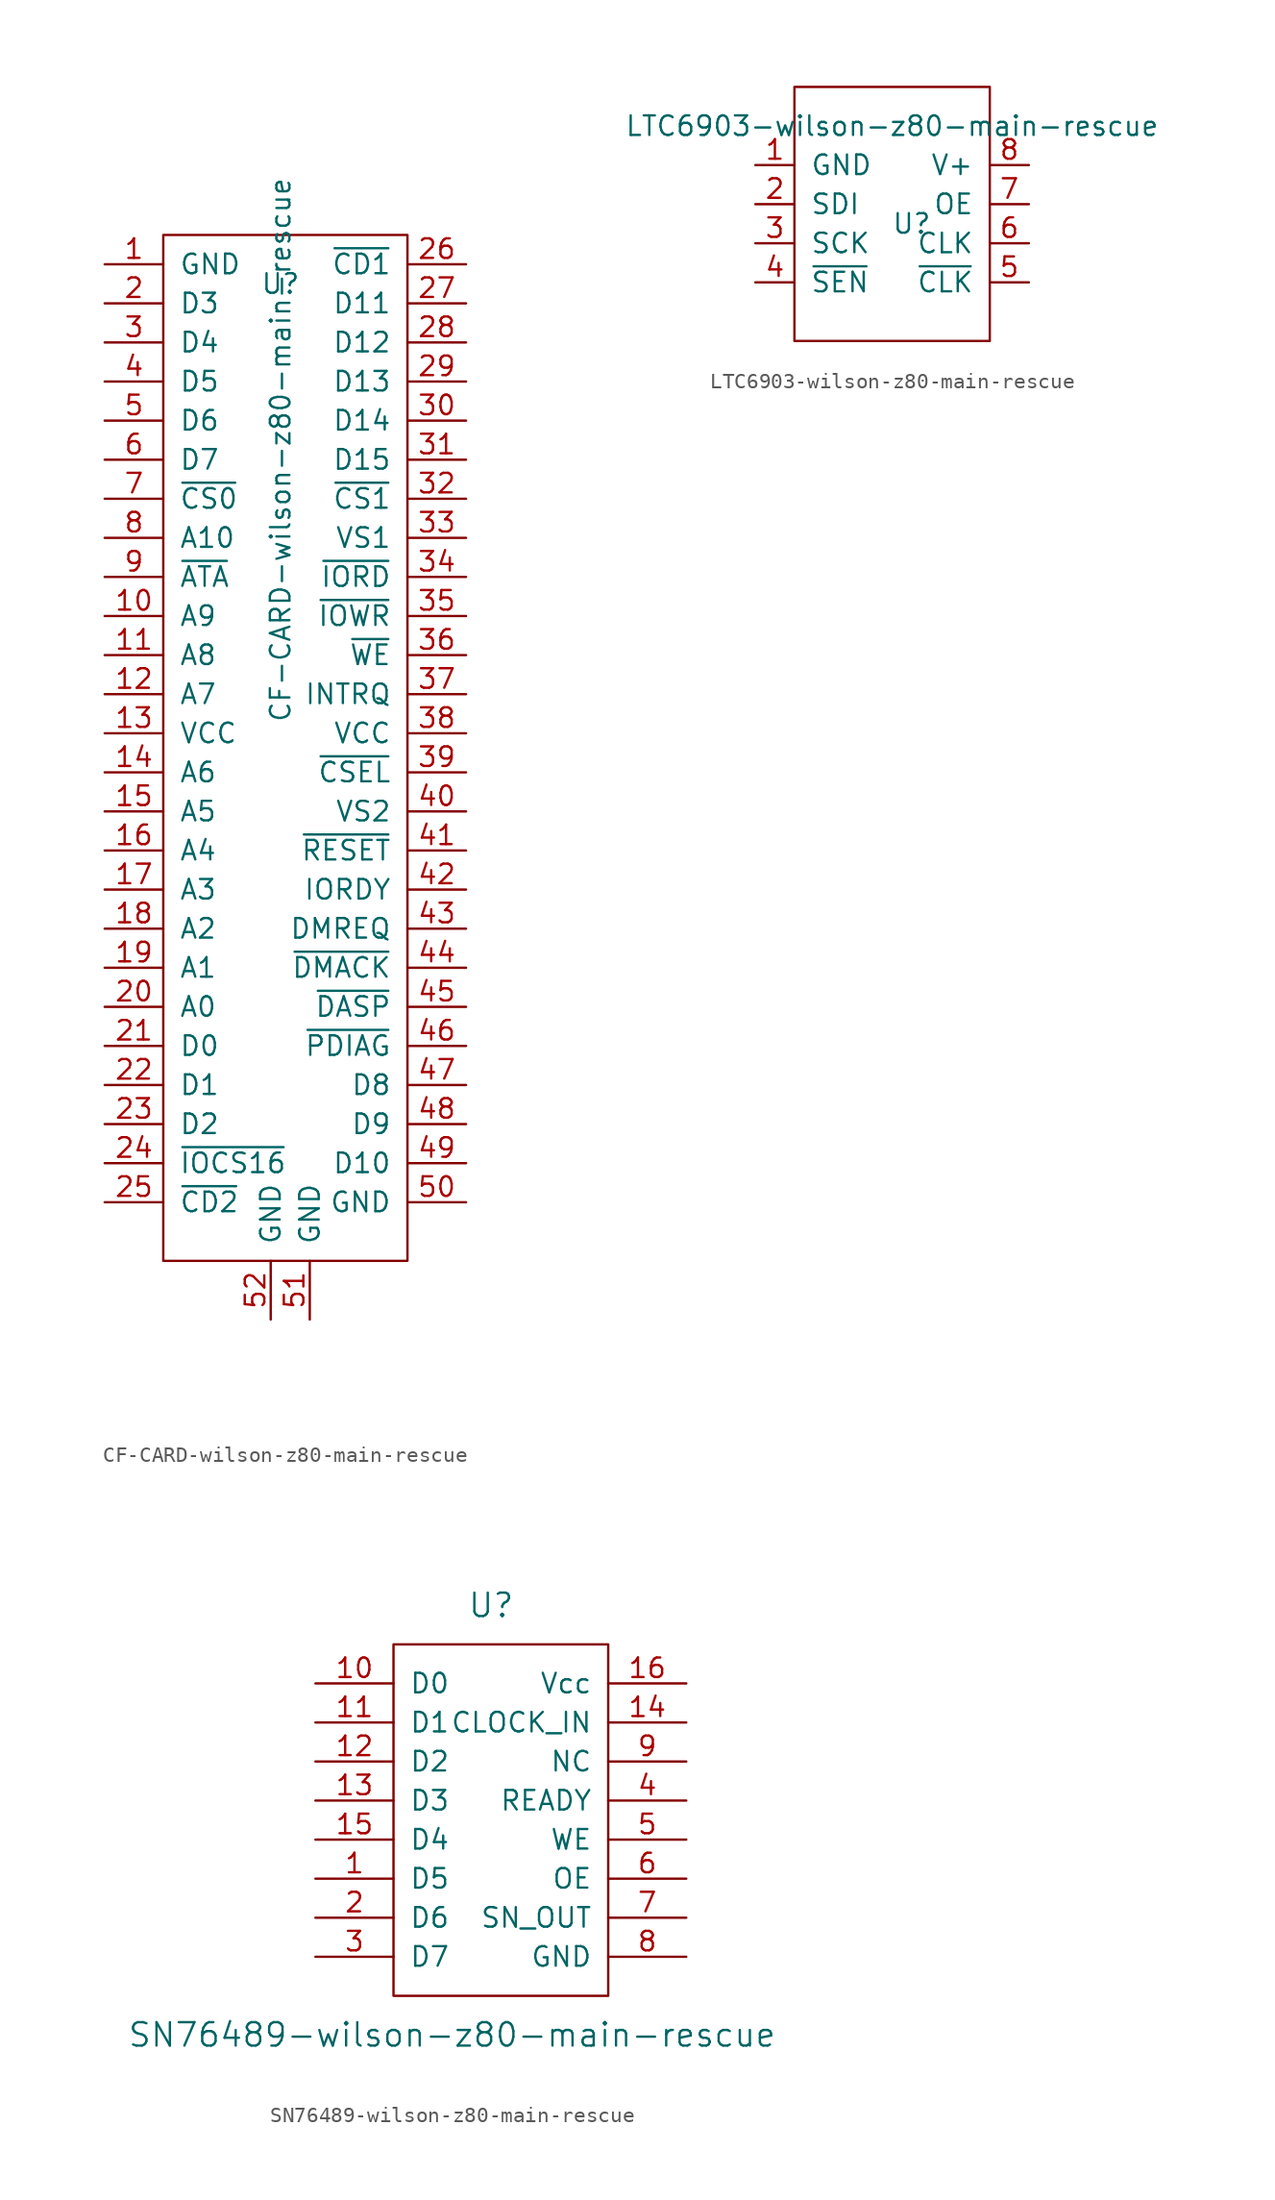
<source format=kicad_sym>
(kicad_symbol_lib
  (version 20220914)
  (generator kicad_symbol_editor)
  (symbol "CF-CARD-wilson-z80-main-rescue"
    (pin_names
      (offset 1.016))
    (property "Reference" "U"
      (at -0.635 27.94 0)
      (effects (font (size 1.27 1.27))))
    (property "Value" "CF-CARD-wilson-z80-main-rescue"
      (at -0.635 17.145 90)
      (effects (font (size 1.27 1.27))))
    (symbol "CF-CARD-wilson-z80-main-rescue_0_1"
      (rectangle (start -8.255 31.115) (end 7.62 -35.56) (stroke (width 0) (type solid)) (fill (type none))))
    (symbol "CF-CARD-wilson-z80-main-rescue_1_1"
      (pin passive line (at -12.065 29.21 0) (length 3.81) (name "GND" (effects (font (size 1.27 1.27)))) (number "1" (effects (font (size 1.27 1.27)))))
      (pin passive line (at -12.065 6.35 0) (length 3.81) (name "A9" (effects (font (size 1.27 1.27)))) (number "10" (effects (font (size 1.27 1.27)))))
      (pin passive line (at -12.065 3.81 0) (length 3.81) (name "A8" (effects (font (size 1.27 1.27)))) (number "11" (effects (font (size 1.27 1.27)))))
      (pin passive line (at -12.065 1.27 0) (length 3.81) (name "A7" (effects (font (size 1.27 1.27)))) (number "12" (effects (font (size 1.27 1.27)))))
      (pin passive line (at -12.065 -1.27 0) (length 3.81) (name "VCC" (effects (font (size 1.27 1.27)))) (number "13" (effects (font (size 1.27 1.27)))))
      (pin passive line (at -12.065 -3.81 0) (length 3.81) (name "A6" (effects (font (size 1.27 1.27)))) (number "14" (effects (font (size 1.27 1.27)))))
      (pin passive line (at -12.065 -6.35 0) (length 3.81) (name "A5" (effects (font (size 1.27 1.27)))) (number "15" (effects (font (size 1.27 1.27)))))
      (pin passive line (at -12.065 -8.89 0) (length 3.81) (name "A4" (effects (font (size 1.27 1.27)))) (number "16" (effects (font (size 1.27 1.27)))))
      (pin passive line (at -12.065 -11.43 0) (length 3.81) (name "A3" (effects (font (size 1.27 1.27)))) (number "17" (effects (font (size 1.27 1.27)))))
      (pin passive line (at -12.065 -13.97 0) (length 3.81) (name "A2" (effects (font (size 1.27 1.27)))) (number "18" (effects (font (size 1.27 1.27)))))
      (pin passive line (at -12.065 -16.51 0) (length 3.81) (name "A1" (effects (font (size 1.27 1.27)))) (number "19" (effects (font (size 1.27 1.27)))))
      (pin passive line (at -12.065 26.67 0) (length 3.81) (name "D3" (effects (font (size 1.27 1.27)))) (number "2" (effects (font (size 1.27 1.27)))))
      (pin passive line (at -12.065 -19.05 0) (length 3.81) (name "A0" (effects (font (size 1.27 1.27)))) (number "20" (effects (font (size 1.27 1.27)))))
      (pin passive line (at -12.065 -21.59 0) (length 3.81) (name "D0" (effects (font (size 1.27 1.27)))) (number "21" (effects (font (size 1.27 1.27)))))
      (pin passive line (at -12.065 -24.13 0) (length 3.81) (name "D1" (effects (font (size 1.27 1.27)))) (number "22" (effects (font (size 1.27 1.27)))))
      (pin passive line (at -12.065 -26.67 0) (length 3.81) (name "D2" (effects (font (size 1.27 1.27)))) (number "23" (effects (font (size 1.27 1.27)))))
      (pin passive line (at -12.065 -29.21 0) (length 3.81) (name "~{IOCS16}" (effects (font (size 1.27 1.27)))) (number "24" (effects (font (size 1.27 1.27)))))
      (pin passive line (at -12.065 -31.75 0) (length 3.81) (name "~{CD2}" (effects (font (size 1.27 1.27)))) (number "25" (effects (font (size 1.27 1.27)))))
      (pin passive line (at 11.43 29.21 180) (length 3.81) (name "~{CD1}" (effects (font (size 1.27 1.27)))) (number "26" (effects (font (size 1.27 1.27)))))
      (pin passive line (at 11.43 26.67 180) (length 3.81) (name "D11" (effects (font (size 1.27 1.27)))) (number "27" (effects (font (size 1.27 1.27)))))
      (pin passive line (at 11.43 24.13 180) (length 3.81) (name "D12" (effects (font (size 1.27 1.27)))) (number "28" (effects (font (size 1.27 1.27)))))
      (pin passive line (at 11.43 21.59 180) (length 3.81) (name "D13" (effects (font (size 1.27 1.27)))) (number "29" (effects (font (size 1.27 1.27)))))
      (pin passive line (at -12.065 24.13 0) (length 3.81) (name "D4" (effects (font (size 1.27 1.27)))) (number "3" (effects (font (size 1.27 1.27)))))
      (pin passive line (at 11.43 19.05 180) (length 3.81) (name "D14" (effects (font (size 1.27 1.27)))) (number "30" (effects (font (size 1.27 1.27)))))
      (pin passive line (at 11.43 16.51 180) (length 3.81) (name "D15" (effects (font (size 1.27 1.27)))) (number "31" (effects (font (size 1.27 1.27)))))
      (pin passive line (at 11.43 13.97 180) (length 3.81) (name "~{CS1}" (effects (font (size 1.27 1.27)))) (number "32" (effects (font (size 1.27 1.27)))))
      (pin passive line (at 11.43 11.43 180) (length 3.81) (name "VS1" (effects (font (size 1.27 1.27)))) (number "33" (effects (font (size 1.27 1.27)))))
      (pin passive line (at 11.43 8.89 180) (length 3.81) (name "~{IORD}" (effects (font (size 1.27 1.27)))) (number "34" (effects (font (size 1.27 1.27)))))
      (pin passive line (at 11.43 6.35 180) (length 3.81) (name "~{IOWR}" (effects (font (size 1.27 1.27)))) (number "35" (effects (font (size 1.27 1.27)))))
      (pin passive line (at 11.43 3.81 180) (length 3.81) (name "~{WE}" (effects (font (size 1.27 1.27)))) (number "36" (effects (font (size 1.27 1.27)))))
      (pin passive line (at 11.43 1.27 180) (length 3.81) (name "INTRQ" (effects (font (size 1.27 1.27)))) (number "37" (effects (font (size 1.27 1.27)))))
      (pin passive line (at 11.43 -1.27 180) (length 3.81) (name "VCC" (effects (font (size 1.27 1.27)))) (number "38" (effects (font (size 1.27 1.27)))))
      (pin passive line (at 11.43 -3.81 180) (length 3.81) (name "~{CSEL}" (effects (font (size 1.27 1.27)))) (number "39" (effects (font (size 1.27 1.27)))))
      (pin passive line (at -12.065 21.59 0) (length 3.81) (name "D5" (effects (font (size 1.27 1.27)))) (number "4" (effects (font (size 1.27 1.27)))))
      (pin passive line (at 11.43 -6.35 180) (length 3.81) (name "VS2" (effects (font (size 1.27 1.27)))) (number "40" (effects (font (size 1.27 1.27)))))
      (pin passive line (at 11.43 -8.89 180) (length 3.81) (name "~{RESET}" (effects (font (size 1.27 1.27)))) (number "41" (effects (font (size 1.27 1.27)))))
      (pin passive line (at 11.43 -11.43 180) (length 3.81) (name "IORDY" (effects (font (size 1.27 1.27)))) (number "42" (effects (font (size 1.27 1.27)))))
      (pin passive line (at 11.43 -13.97 180) (length 3.81) (name "DMREQ" (effects (font (size 1.27 1.27)))) (number "43" (effects (font (size 1.27 1.27)))))
      (pin passive line (at 11.43 -16.51 180) (length 3.81) (name "~{DMACK}" (effects (font (size 1.27 1.27)))) (number "44" (effects (font (size 1.27 1.27)))))
      (pin passive line (at 11.43 -19.05 180) (length 3.81) (name "~{DASP}" (effects (font (size 1.27 1.27)))) (number "45" (effects (font (size 1.27 1.27)))))
      (pin passive line (at 11.43 -21.59 180) (length 3.81) (name "~{PDIAG}" (effects (font (size 1.27 1.27)))) (number "46" (effects (font (size 1.27 1.27)))))
      (pin passive line (at 11.43 -24.13 180) (length 3.81) (name "D8" (effects (font (size 1.27 1.27)))) (number "47" (effects (font (size 1.27 1.27)))))
      (pin passive line (at 11.43 -26.67 180) (length 3.81) (name "D9" (effects (font (size 1.27 1.27)))) (number "48" (effects (font (size 1.27 1.27)))))
      (pin passive line (at 11.43 -29.21 180) (length 3.81) (name "D10" (effects (font (size 1.27 1.27)))) (number "49" (effects (font (size 1.27 1.27)))))
      (pin passive line (at -12.065 19.05 0) (length 3.81) (name "D6" (effects (font (size 1.27 1.27)))) (number "5" (effects (font (size 1.27 1.27)))))
      (pin passive line (at 11.43 -31.75 180) (length 3.81) (name "GND" (effects (font (size 1.27 1.27)))) (number "50" (effects (font (size 1.27 1.27)))))
      (pin passive line (at 1.27 -39.37 90) (length 3.81) (name "GND" (effects (font (size 1.27 1.27)))) (number "51" (effects (font (size 1.27 1.27)))))
      (pin passive line (at -1.27 -39.37 90) (length 3.81) (name "GND" (effects (font (size 1.27 1.27)))) (number "52" (effects (font (size 1.27 1.27)))))
      (pin passive line (at -12.065 16.51 0) (length 3.81) (name "D7" (effects (font (size 1.27 1.27)))) (number "6" (effects (font (size 1.27 1.27)))))
      (pin passive line (at -12.065 13.97 0) (length 3.81) (name "~{CS0}" (effects (font (size 1.27 1.27)))) (number "7" (effects (font (size 1.27 1.27)))))
      (pin passive line (at -12.065 11.43 0) (length 3.81) (name "A10" (effects (font (size 1.27 1.27)))) (number "8" (effects (font (size 1.27 1.27)))))
      (pin passive line (at -12.065 8.89 0) (length 3.81) (name "~{ATA}" (effects (font (size 1.27 1.27)))) (number "9" (effects (font (size 1.27 1.27)))))))
  (symbol "LTC6903-wilson-z80-main-rescue"
    (pin_names
      (offset 1.016))
    (property "Reference" "U"
      (at 0 0 0)
      (effects (font (size 1.27 1.27))))
    (property "Value" "LTC6903-wilson-z80-main-rescue"
      (at -1.27 6.35 0)
      (effects (font (size 1.27 1.27))))
    (symbol "LTC6903-wilson-z80-main-rescue_0_1"
      (rectangle (start -7.62 8.89) (end 5.08 -7.62) (stroke (width 0) (type solid)) (fill (type none))))
    (symbol "LTC6903-wilson-z80-main-rescue_1_1"
      (pin power_in line (at -10.16 3.81 0) (length 2.54) (name "GND" (effects (font (size 1.27 1.27)))) (number "1" (effects (font (size 1.27 1.27)))))
      (pin input line (at -10.16 1.27 0) (length 2.54) (name "SDI" (effects (font (size 1.27 1.27)))) (number "2" (effects (font (size 1.27 1.27)))))
      (pin input line (at -10.16 -1.27 0) (length 2.54) (name "SCK" (effects (font (size 1.27 1.27)))) (number "3" (effects (font (size 1.27 1.27)))))
      (pin input line (at -10.16 -3.81 0) (length 2.54) (name "~{SEN}" (effects (font (size 1.27 1.27)))) (number "4" (effects (font (size 1.27 1.27)))))
      (pin output line (at 7.62 -3.81 180) (length 2.54) (name "~{CLK}" (effects (font (size 1.27 1.27)))) (number "5" (effects (font (size 1.27 1.27)))))
      (pin output line (at 7.62 -1.27 180) (length 2.54) (name "CLK" (effects (font (size 1.27 1.27)))) (number "6" (effects (font (size 1.27 1.27)))))
      (pin input line (at 7.62 1.27 180) (length 2.54) (name "OE" (effects (font (size 1.27 1.27)))) (number "7" (effects (font (size 1.27 1.27)))))
      (pin power_in line (at 7.62 3.81 180) (length 2.54) (name "V+" (effects (font (size 1.27 1.27)))) (number "8" (effects (font (size 1.27 1.27)))))))
  (symbol "SN76489-wilson-z80-main-rescue"
    (pin_names
      (offset 1.016))
    (property "Reference" "U"
      (at 1.27 20.32 0)
      (effects (font (size 1.524 1.524))))
    (property "Value" "SN76489-wilson-z80-main-rescue"
      (at -1.27 -7.62 0)
      (effects (font (size 1.524 1.524))))
    (symbol "SN76489-wilson-z80-main-rescue_0_1"
      (rectangle (start -5.08 17.78) (end 8.89 -5.08) (stroke (width 0) (type solid)) (fill (type none))))
    (symbol "SN76489-wilson-z80-main-rescue_1_1"
      (pin input line (at -10.16 2.54 0) (length 5.08) (name "D5" (effects (font (size 1.27 1.27)))) (number "1" (effects (font (size 1.27 1.27)))))
      (pin input line (at -10.16 15.24 0) (length 5.08) (name "D0" (effects (font (size 1.27 1.27)))) (number "10" (effects (font (size 1.27 1.27)))))
      (pin input line (at -10.16 12.7 0) (length 5.08) (name "D1" (effects (font (size 1.27 1.27)))) (number "11" (effects (font (size 1.27 1.27)))))
      (pin input line (at -10.16 10.16 0) (length 5.08) (name "D2" (effects (font (size 1.27 1.27)))) (number "12" (effects (font (size 1.27 1.27)))))
      (pin input line (at -10.16 7.62 0) (length 5.08) (name "D3" (effects (font (size 1.27 1.27)))) (number "13" (effects (font (size 1.27 1.27)))))
      (pin input line (at 13.97 12.7 180) (length 5.08) (name "CLOCK_IN" (effects (font (size 1.27 1.27)))) (number "14" (effects (font (size 1.27 1.27)))))
      (pin input line (at -10.16 5.08 0) (length 5.08) (name "D4" (effects (font (size 1.27 1.27)))) (number "15" (effects (font (size 1.27 1.27)))))
      (pin input line (at 13.97 15.24 180) (length 5.08) (name "Vcc" (effects (font (size 1.27 1.27)))) (number "16" (effects (font (size 1.27 1.27)))))
      (pin input line (at -10.16 0 0) (length 5.08) (name "D6" (effects (font (size 1.27 1.27)))) (number "2" (effects (font (size 1.27 1.27)))))
      (pin input line (at -10.16 -2.54 0) (length 5.08) (name "D7" (effects (font (size 1.27 1.27)))) (number "3" (effects (font (size 1.27 1.27)))))
      (pin input line (at 13.97 7.62 180) (length 5.08) (name "READY" (effects (font (size 1.27 1.27)))) (number "4" (effects (font (size 1.27 1.27)))))
      (pin input line (at 13.97 5.08 180) (length 5.08) (name "WE" (effects (font (size 1.27 1.27)))) (number "5" (effects (font (size 1.27 1.27)))))
      (pin input line (at 13.97 2.54 180) (length 5.08) (name "OE" (effects (font (size 1.27 1.27)))) (number "6" (effects (font (size 1.27 1.27)))))
      (pin input line (at 13.97 0 180) (length 5.08) (name "SN_OUT" (effects (font (size 1.27 1.27)))) (number "7" (effects (font (size 1.27 1.27)))))
      (pin input line (at 13.97 -2.54 180) (length 5.08) (name "GND" (effects (font (size 1.27 1.27)))) (number "8" (effects (font (size 1.27 1.27)))))
      (pin input line (at 13.97 10.16 180) (length 5.08) (name "NC" (effects (font (size 1.27 1.27)))) (number "9" (effects (font (size 1.27 1.27))))))))
</source>
